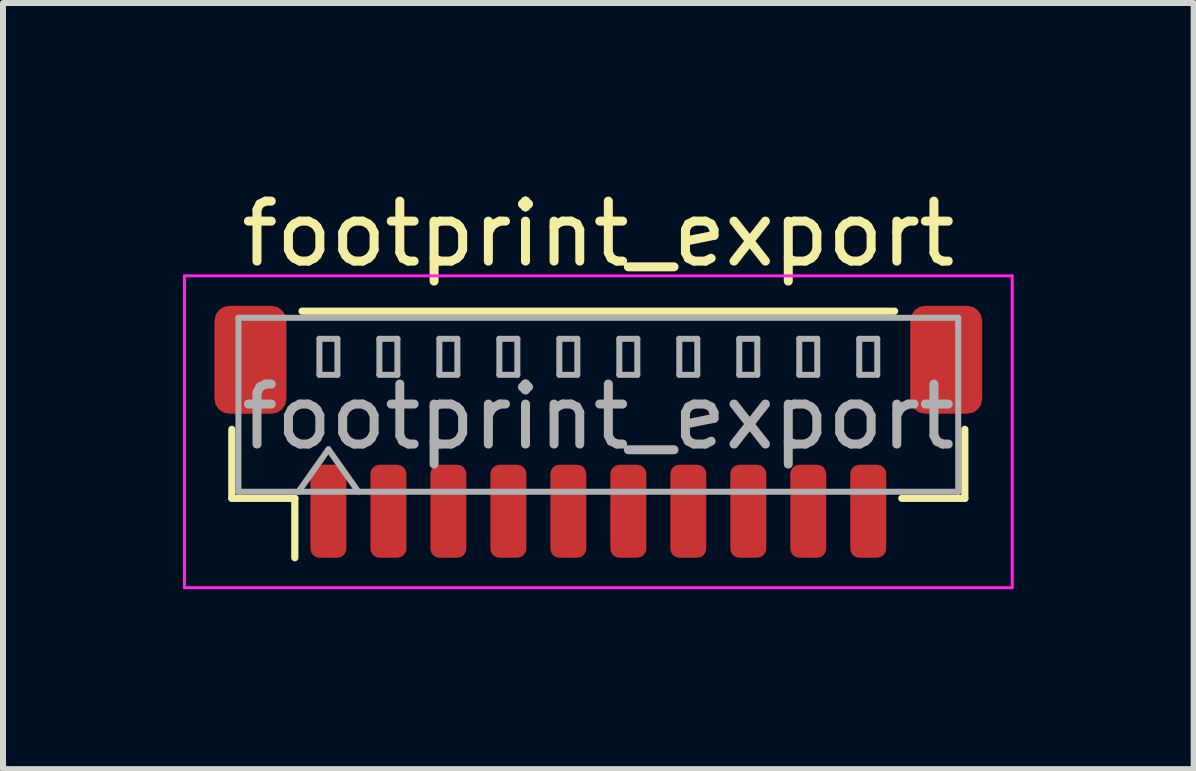
<source format=kicad_pcb>
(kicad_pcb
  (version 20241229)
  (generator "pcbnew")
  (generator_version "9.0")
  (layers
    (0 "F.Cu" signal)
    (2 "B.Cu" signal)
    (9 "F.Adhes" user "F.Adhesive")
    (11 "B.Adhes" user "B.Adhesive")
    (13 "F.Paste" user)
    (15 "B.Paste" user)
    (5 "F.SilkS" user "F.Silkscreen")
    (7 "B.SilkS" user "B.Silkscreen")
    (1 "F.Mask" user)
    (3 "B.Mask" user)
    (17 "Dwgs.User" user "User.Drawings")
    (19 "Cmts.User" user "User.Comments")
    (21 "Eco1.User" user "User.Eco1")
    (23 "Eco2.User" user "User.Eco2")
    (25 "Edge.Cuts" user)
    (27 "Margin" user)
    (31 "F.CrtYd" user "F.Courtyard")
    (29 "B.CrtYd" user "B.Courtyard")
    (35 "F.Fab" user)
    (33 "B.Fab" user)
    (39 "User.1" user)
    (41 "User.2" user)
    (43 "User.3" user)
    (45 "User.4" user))
  (footprint "footprint_export"
    (layer "F.Cu")
    (at 6.925 4.148)
    (property "Reference" "footprint_export" (at 0 -3.3 0) (layer "F.SilkS") (effects (font (size 1 1) (thickness 0.15))))
    (attr smd)
    (fp_line (start -6.11 -0.04) (end -6.11 1.11) (stroke (width 0.12) (type solid)) (layer "F.SilkS"))
    (fp_line (start -6.11 1.11) (end -5.06 1.11) (stroke (width 0.12) (type solid)) (layer "F.SilkS"))
    (fp_line (start -5.06 1.11) (end -5.06 2.1) (stroke (width 0.12) (type solid)) (layer "F.SilkS"))
    (fp_line (start -4.94 -2.01) (end 4.94 -2.01) (stroke (width 0.12) (type solid)) (layer "F.SilkS"))
    (fp_line (start 6.11 -0.04) (end 6.11 1.11) (stroke (width 0.12) (type solid)) (layer "F.SilkS"))
    (fp_line (start 6.11 1.11) (end 5.06 1.11) (stroke (width 0.12) (type solid)) (layer "F.SilkS"))
    (fp_line (start -6.9 -2.6) (end -6.9 2.6) (stroke (width 0.05) (type solid)) (layer "F.CrtYd"))
    (fp_line (start -6.9 2.6) (end 6.9 2.6) (stroke (width 0.05) (type solid)) (layer "F.CrtYd"))
    (fp_line (start 6.9 -2.6) (end -6.9 -2.6) (stroke (width 0.05) (type solid)) (layer "F.CrtYd"))
    (fp_line (start 6.9 2.6) (end 6.9 -2.6) (stroke (width 0.05) (type solid)) (layer "F.CrtYd"))
    (fp_line (start -6 -1.9) (end 6 -1.9) (stroke (width 0.1) (type solid)) (layer "F.Fab"))
    (fp_line (start -6 1) (end -6 -1.9) (stroke (width 0.1) (type solid)) (layer "F.Fab"))
    (fp_line (start -6 1) (end 6 1) (stroke (width 0.1) (type solid)) (layer "F.Fab"))
    (fp_line (start -5 1) (end -4.5 0.293) (stroke (width 0.1) (type solid)) (layer "F.Fab"))
    (fp_line (start -4.65 -1.55) (end -4.65 -0.95) (stroke (width 0.1) (type solid)) (layer "F.Fab"))
    (fp_line (start -4.65 -0.95) (end -4.35 -0.95) (stroke (width 0.1) (type solid)) (layer "F.Fab"))
    (fp_line (start -4.5 0.293) (end -4 1) (stroke (width 0.1) (type solid)) (layer "F.Fab"))
    (fp_line (start -4.35 -1.55) (end -4.65 -1.55) (stroke (width 0.1) (type solid)) (layer "F.Fab"))
    (fp_line (start -4.35 -0.95) (end -4.35 -1.55) (stroke (width 0.1) (type solid)) (layer "F.Fab"))
    (fp_line (start -3.65 -1.55) (end -3.65 -0.95) (stroke (width 0.1) (type solid)) (layer "F.Fab"))
    (fp_line (start -3.65 -0.95) (end -3.35 -0.95) (stroke (width 0.1) (type solid)) (layer "F.Fab"))
    (fp_line (start -3.35 -1.55) (end -3.65 -1.55) (stroke (width 0.1) (type solid)) (layer "F.Fab"))
    (fp_line (start -3.35 -0.95) (end -3.35 -1.55) (stroke (width 0.1) (type solid)) (layer "F.Fab"))
    (fp_line (start -2.65 -1.55) (end -2.65 -0.95) (stroke (width 0.1) (type solid)) (layer "F.Fab"))
    (fp_line (start -2.65 -0.95) (end -2.35 -0.95) (stroke (width 0.1) (type solid)) (layer "F.Fab"))
    (fp_line (start -2.35 -1.55) (end -2.65 -1.55) (stroke (width 0.1) (type solid)) (layer "F.Fab"))
    (fp_line (start -2.35 -0.95) (end -2.35 -1.55) (stroke (width 0.1) (type solid)) (layer "F.Fab"))
    (fp_line (start -1.65 -1.55) (end -1.65 -0.95) (stroke (width 0.1) (type solid)) (layer "F.Fab"))
    (fp_line (start -1.65 -0.95) (end -1.35 -0.95) (stroke (width 0.1) (type solid)) (layer "F.Fab"))
    (fp_line (start -1.35 -1.55) (end -1.65 -1.55) (stroke (width 0.1) (type solid)) (layer "F.Fab"))
    (fp_line (start -1.35 -0.95) (end -1.35 -1.55) (stroke (width 0.1) (type solid)) (layer "F.Fab"))
    (fp_line (start -0.65 -1.55) (end -0.65 -0.95) (stroke (width 0.1) (type solid)) (layer "F.Fab"))
    (fp_line (start -0.65 -0.95) (end -0.35 -0.95) (stroke (width 0.1) (type solid)) (layer "F.Fab"))
    (fp_line (start -0.35 -1.55) (end -0.65 -1.55) (stroke (width 0.1) (type solid)) (layer "F.Fab"))
    (fp_line (start -0.35 -0.95) (end -0.35 -1.55) (stroke (width 0.1) (type solid)) (layer "F.Fab"))
    (fp_line (start 0.35 -1.55) (end 0.35 -0.95) (stroke (width 0.1) (type solid)) (layer "F.Fab"))
    (fp_line (start 0.35 -0.95) (end 0.65 -0.95) (stroke (width 0.1) (type solid)) (layer "F.Fab"))
    (fp_line (start 0.65 -1.55) (end 0.35 -1.55) (stroke (width 0.1) (type solid)) (layer "F.Fab"))
    (fp_line (start 0.65 -0.95) (end 0.65 -1.55) (stroke (width 0.1) (type solid)) (layer "F.Fab"))
    (fp_line (start 1.35 -1.55) (end 1.35 -0.95) (stroke (width 0.1) (type solid)) (layer "F.Fab"))
    (fp_line (start 1.35 -0.95) (end 1.65 -0.95) (stroke (width 0.1) (type solid)) (layer "F.Fab"))
    (fp_line (start 1.65 -1.55) (end 1.35 -1.55) (stroke (width 0.1) (type solid)) (layer "F.Fab"))
    (fp_line (start 1.65 -0.95) (end 1.65 -1.55) (stroke (width 0.1) (type solid)) (layer "F.Fab"))
    (fp_line (start 2.35 -1.55) (end 2.35 -0.95) (stroke (width 0.1) (type solid)) (layer "F.Fab"))
    (fp_line (start 2.35 -0.95) (end 2.65 -0.95) (stroke (width 0.1) (type solid)) (layer "F.Fab"))
    (fp_line (start 2.65 -1.55) (end 2.35 -1.55) (stroke (width 0.1) (type solid)) (layer "F.Fab"))
    (fp_line (start 2.65 -0.95) (end 2.65 -1.55) (stroke (width 0.1) (type solid)) (layer "F.Fab"))
    (fp_line (start 3.35 -1.55) (end 3.35 -0.95) (stroke (width 0.1) (type solid)) (layer "F.Fab"))
    (fp_line (start 3.35 -0.95) (end 3.65 -0.95) (stroke (width 0.1) (type solid)) (layer "F.Fab"))
    (fp_line (start 3.65 -1.55) (end 3.35 -1.55) (stroke (width 0.1) (type solid)) (layer "F.Fab"))
    (fp_line (start 3.65 -0.95) (end 3.65 -1.55) (stroke (width 0.1) (type solid)) (layer "F.Fab"))
    (fp_line (start 4.35 -1.55) (end 4.35 -0.95) (stroke (width 0.1) (type solid)) (layer "F.Fab"))
    (fp_line (start 4.35 -0.95) (end 4.65 -0.95) (stroke (width 0.1) (type solid)) (layer "F.Fab"))
    (fp_line (start 4.65 -1.55) (end 4.35 -1.55) (stroke (width 0.1) (type solid)) (layer "F.Fab"))
    (fp_line (start 4.65 -0.95) (end 4.65 -1.55) (stroke (width 0.1) (type solid)) (layer "F.Fab"))
    (fp_line (start 6 1) (end 6 -1.9) (stroke (width 0.1) (type solid)) (layer "F.Fab"))
    (fp_text user "${REFERENCE}" (at 0 -0.25 0) (layer "F.Fab") (effects (font (size 1 1) (thickness 0.15))))
    (pad "1" smd roundrect (at -4.5 1.325) (size 0.6 1.55) (layers "F.Cu" "F.Mask" "F.Paste") (roundrect_rratio 0.25))
    (pad "2" smd roundrect (at -3.5 1.325) (size 0.6 1.55) (layers "F.Cu" "F.Mask" "F.Paste") (roundrect_rratio 0.25))
    (pad "3" smd roundrect (at -2.5 1.325) (size 0.6 1.55) (layers "F.Cu" "F.Mask" "F.Paste") (roundrect_rratio 0.25))
    (pad "4" smd roundrect (at -1.5 1.325) (size 0.6 1.55) (layers "F.Cu" "F.Mask" "F.Paste") (roundrect_rratio 0.25))
    (pad "5" smd roundrect (at -0.5 1.325) (size 0.6 1.55) (layers "F.Cu" "F.Mask" "F.Paste") (roundrect_rratio 0.25))
    (pad "6" smd roundrect (at 0.5 1.325) (size 0.6 1.55) (layers "F.Cu" "F.Mask" "F.Paste") (roundrect_rratio 0.25))
    (pad "7" smd roundrect (at 1.5 1.325) (size 0.6 1.55) (layers "F.Cu" "F.Mask" "F.Paste") (roundrect_rratio 0.25))
    (pad "8" smd roundrect (at 2.5 1.325) (size 0.6 1.55) (layers "F.Cu" "F.Mask" "F.Paste") (roundrect_rratio 0.25))
    (pad "9" smd roundrect (at 3.5 1.325) (size 0.6 1.55) (layers "F.Cu" "F.Mask" "F.Paste") (roundrect_rratio 0.25))
    (pad "10" smd roundrect (at 4.5 1.325) (size 0.6 1.55) (layers "F.Cu" "F.Mask" "F.Paste") (roundrect_rratio 0.25))
    (pad "MP" smd roundrect (at -5.8 -1.2) (size 1.2 1.8) (layers "F.Cu" "F.Mask" "F.Paste") (roundrect_rratio 0.208))
    (pad "MP" smd roundrect (at 5.8 -1.2) (size 1.2 1.8) (layers "F.Cu" "F.Mask" "F.Paste") (roundrect_rratio 0.208)))
  (gr_rect
    (start -3 -3)
    (end 16.85 9.773)
    (stroke (width 0.1) (type default))
    (fill no)
    (layer "Edge.Cuts")))
</source>
